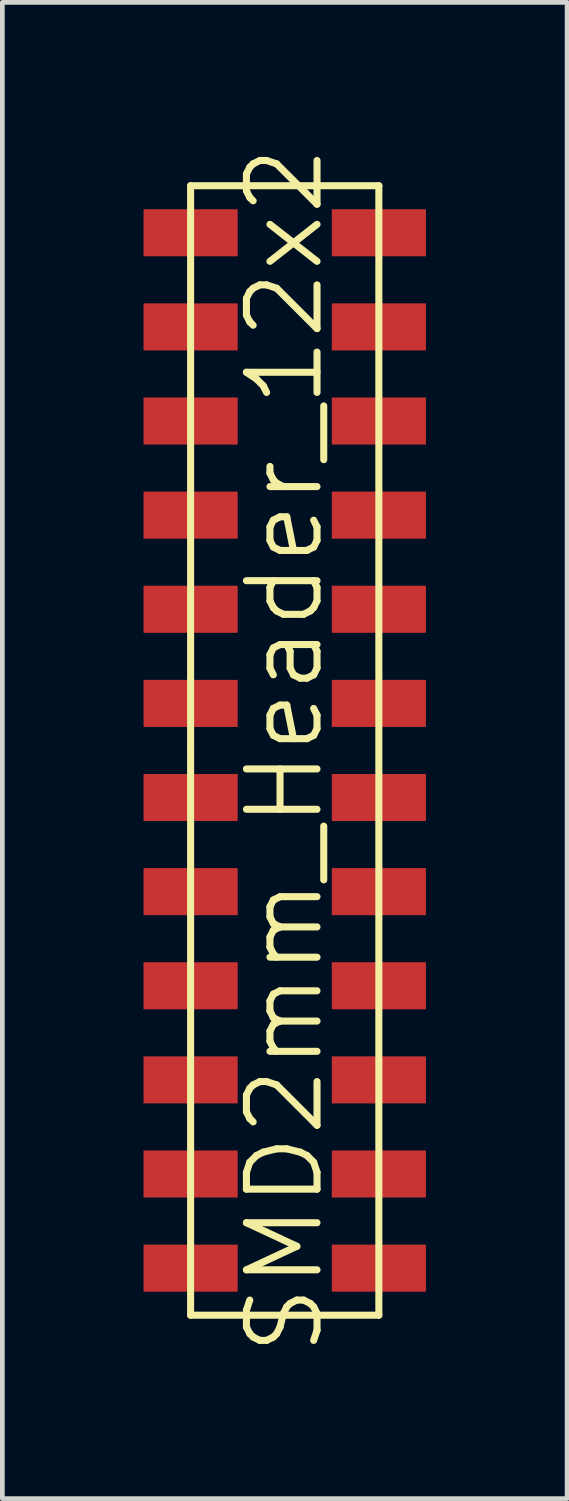
<source format=kicad_pcb>
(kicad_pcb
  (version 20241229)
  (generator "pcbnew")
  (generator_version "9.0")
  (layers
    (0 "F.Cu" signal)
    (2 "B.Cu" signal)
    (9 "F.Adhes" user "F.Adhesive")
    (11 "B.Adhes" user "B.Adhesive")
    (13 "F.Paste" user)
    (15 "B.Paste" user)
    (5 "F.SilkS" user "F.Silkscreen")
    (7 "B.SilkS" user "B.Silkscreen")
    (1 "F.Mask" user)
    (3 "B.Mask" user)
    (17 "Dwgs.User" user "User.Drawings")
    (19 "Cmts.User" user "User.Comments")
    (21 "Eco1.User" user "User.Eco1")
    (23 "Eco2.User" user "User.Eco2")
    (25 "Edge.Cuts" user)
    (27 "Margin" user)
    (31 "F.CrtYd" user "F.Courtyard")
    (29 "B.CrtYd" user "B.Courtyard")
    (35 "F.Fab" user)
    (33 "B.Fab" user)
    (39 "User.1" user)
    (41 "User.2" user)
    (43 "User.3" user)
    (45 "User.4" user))
  (footprint "SMD2mm_Header_12x2"
    (layer "F.Cu")
    (at 3 12.896)
    (property "Reference" "SMD2mm_Header_12x2" (at 0 0 90) (layer "F.SilkS") (effects (font (size 1.5 1.5) (thickness 0.15))))
    (attr through_hole)
    (fp_line (start -2 -12) (end -2 0) (stroke (width 0.15) (type solid)) (layer "F.SilkS"))
    (fp_line (start -2 0) (end -2 12) (stroke (width 0.15) (type solid)) (layer "F.SilkS"))
    (fp_line (start -2 12) (end 2 12) (stroke (width 0.15) (type solid)) (layer "F.SilkS"))
    (fp_line (start 2 -12) (end -2 -12) (stroke (width 0.15) (type solid)) (layer "F.SilkS"))
    (fp_line (start 2 12) (end 2 -12) (stroke (width 0.15) (type solid)) (layer "F.SilkS"))
    (pad "1" smd rect (at -2 -11) (size 2 1) (layers "F.Cu" "F.Mask" "F.Paste"))
    (pad "2" smd rect (at 2 -11) (size 2 1) (layers "F.Cu" "F.Mask" "F.Paste"))
    (pad "3" smd rect (at -2 -9) (size 2 1) (layers "F.Cu" "F.Mask" "F.Paste"))
    (pad "4" smd rect (at 2 -9) (size 2 1) (layers "F.Cu" "F.Mask" "F.Paste"))
    (pad "5" smd rect (at -2 -7) (size 2 1) (layers "F.Cu" "F.Mask" "F.Paste"))
    (pad "6" smd rect (at 2 -7) (size 2 1) (layers "F.Cu" "F.Mask" "F.Paste"))
    (pad "7" smd rect (at -2 -5) (size 2 1) (layers "F.Cu" "F.Mask" "F.Paste"))
    (pad "8" smd rect (at 2 -5) (size 2 1) (layers "F.Cu" "F.Mask" "F.Paste"))
    (pad "9" smd rect (at -2 -3) (size 2 1) (layers "F.Cu" "F.Mask" "F.Paste"))
    (pad "10" smd rect (at 2 -3) (size 2 1) (layers "F.Cu" "F.Mask" "F.Paste"))
    (pad "11" smd rect (at -2 -1) (size 2 1) (layers "F.Cu" "F.Mask" "F.Paste"))
    (pad "12" smd rect (at 2 -1) (size 2 1) (layers "F.Cu" "F.Mask" "F.Paste"))
    (pad "13" smd rect (at -2 1) (size 2 1) (layers "F.Cu" "F.Mask" "F.Paste"))
    (pad "14" smd rect (at 2 1) (size 2 1) (layers "F.Cu" "F.Mask" "F.Paste"))
    (pad "15" smd rect (at -2 3) (size 2 1) (layers "F.Cu" "F.Mask" "F.Paste"))
    (pad "16" smd rect (at 2 3) (size 2 1) (layers "F.Cu" "F.Mask" "F.Paste"))
    (pad "17" smd rect (at -2 5) (size 2 1) (layers "F.Cu" "F.Mask" "F.Paste"))
    (pad "18" smd rect (at 2 5) (size 2 1) (layers "F.Cu" "F.Mask" "F.Paste"))
    (pad "19" smd rect (at -2 7) (size 2 1) (layers "F.Cu" "F.Mask" "F.Paste"))
    (pad "20" smd rect (at 2 7) (size 2 1) (layers "F.Cu" "F.Mask" "F.Paste"))
    (pad "21" smd rect (at -2 9) (size 2 1) (layers "F.Cu" "F.Mask" "F.Paste"))
    (pad "22" smd rect (at 2 9) (size 2 1) (layers "F.Cu" "F.Mask" "F.Paste"))
    (pad "23" smd rect (at -2 11) (size 2 1) (layers "F.Cu" "F.Mask" "F.Paste"))
    (pad "24" smd rect (at 2 11) (size 2 1) (layers "F.Cu" "F.Mask" "F.Paste")))
  (gr_rect
    (start -3 -3)
    (end 9 28.793)
    (stroke (width 0.1) (type default))
    (fill no)
    (layer "Edge.Cuts")))
</source>
